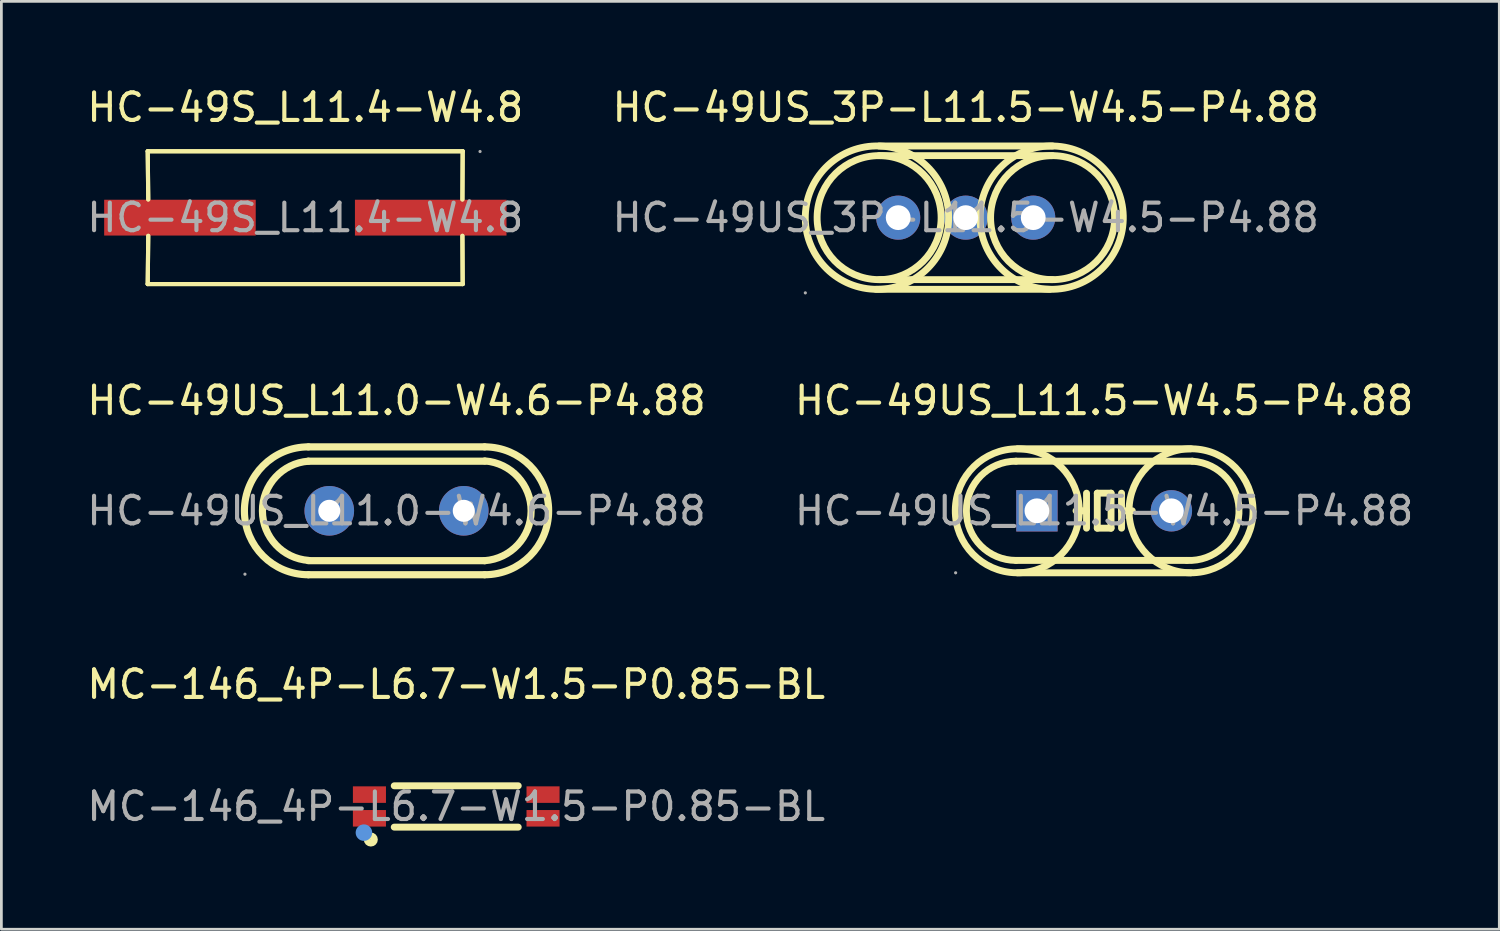
<source format=kicad_pcb>
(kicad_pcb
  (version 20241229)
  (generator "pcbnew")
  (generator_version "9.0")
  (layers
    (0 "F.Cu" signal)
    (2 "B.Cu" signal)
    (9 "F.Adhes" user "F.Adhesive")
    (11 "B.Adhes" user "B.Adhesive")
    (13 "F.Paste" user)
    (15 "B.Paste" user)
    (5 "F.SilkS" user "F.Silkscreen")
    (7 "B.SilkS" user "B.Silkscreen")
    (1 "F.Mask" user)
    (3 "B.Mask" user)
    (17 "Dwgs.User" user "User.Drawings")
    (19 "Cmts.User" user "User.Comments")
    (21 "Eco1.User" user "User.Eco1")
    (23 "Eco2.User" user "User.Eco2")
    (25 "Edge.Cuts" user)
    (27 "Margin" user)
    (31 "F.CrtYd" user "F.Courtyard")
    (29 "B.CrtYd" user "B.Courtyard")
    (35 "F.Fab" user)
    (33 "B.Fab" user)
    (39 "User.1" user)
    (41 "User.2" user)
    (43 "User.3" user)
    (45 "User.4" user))
  (footprint "HC-49US_3P-L11.5-W4.5-P4.88"
    (layer "F.Cu")
    (at 31.994 4.848)
    (property "Reference" "HC-49US_3P-L11.5-W4.5-P4.88" (at 0 -4 0) (layer "F.SilkS") (effects (font (size 1 1) (thickness 0.15))))
    (attr through_hole)
    (fp_line (start 3.05 2.6) (end -3.25 2.6) (stroke (width 0.25) (type solid)) (layer "F.SilkS"))
    (fp_line (start 3.15 -2.6) (end -3.14 -2.6) (stroke (width 0.25) (type solid)) (layer "F.SilkS"))
    (fp_line (start 3.15 -2.25) (end -3.14 -2.25) (stroke (width 0.25) (type solid)) (layer "F.SilkS"))
    (fp_line (start 3.15 2.25) (end -3.14 2.25) (stroke (width 0.25) (type solid)) (layer "F.SilkS"))
    (fp_arc (start -3.179268 2.249657) (mid -3.120365 -2.249914) (end -3.14 2.25) (stroke (width 0.25) (type solid)) (layer "F.SilkS"))
    (fp_arc (start -3.094636 -2.598208) (mid -3.322686 2.599203) (end -3.14 -2.6) (stroke (width 0.25) (type solid)) (layer "F.SilkS"))
    (fp_arc (start 3.014633 2.598557) (mid 3.202687 -2.599378) (end 3.06 2.6) (stroke (width 0.25) (type solid)) (layer "F.SilkS"))
    (fp_arc (start 3.189268 -2.249657) (mid 3.130365 2.249914) (end 3.15 -2.25) (stroke (width 0.25) (type solid)) (layer "F.SilkS"))
    (fp_circle (center -5.82 2.73) (end -5.79 2.73) (stroke (width 0.06) (type solid)) (fill no) (layer "F.Fab"))
    (fp_circle (center -2.45 0) (end -2.27 0) (stroke (width 0.35) (type solid)) (fill no) (layer "F.Fab"))
    (fp_circle (center 0 0) (end 0.18 0) (stroke (width 0.35) (type solid)) (fill no) (layer "F.Fab"))
    (fp_circle (center 2.45 0) (end 2.63 0) (stroke (width 0.35) (type solid)) (fill no) (layer "F.Fab"))
    (fp_text user "${REFERENCE}" (at 0 0 0) (layer "F.Fab") (effects (font (size 1 1) (thickness 0.15))))
    (pad "1" thru_hole circle (at -2.45 0) (size 1.6 1.6) (drill 0.9) (layers "*.Cu" "*.Paste" "*.Mask"))
    (pad "2" thru_hole circle (at 2.45 0) (size 1.6 1.6) (drill 0.9) (layers "*.Cu" "*.Paste" "*.Mask"))
    (pad "3" thru_hole circle (at 0 0) (size 1.6 1.6) (drill 0.9) (layers "*.Cu" "*.Paste" "*.Mask")))
  (footprint "HC-49US_L11.5-W4.5-P4.88"
    (layer "F.Cu")
    (at 37.018 15.486)
    (property "Reference" "HC-49US_L11.5-W4.5-P4.88" (at 0 -4 0) (layer "F.SilkS") (effects (font (size 1 1) (thickness 0.15))))
    (attr through_hole)
    (fp_line (start -3.2 -1.8) (end 3.2 -1.8) (stroke (width 0.25) (type solid)) (layer "F.SilkS"))
    (fp_line (start -3.15 2.25) (end 3.15 2.25) (stroke (width 0.25) (type solid)) (layer "F.SilkS"))
    (fp_line (start -0.64 -0.64) (end -0.64 0) (stroke (width 0.25) (type solid)) (layer "F.SilkS"))
    (fp_line (start -0.64 0) (end -1.02 0) (stroke (width 0.25) (type solid)) (layer "F.SilkS"))
    (fp_line (start -0.64 0) (end -0.64 0.63) (stroke (width 0.25) (type solid)) (layer "F.SilkS"))
    (fp_line (start -0.25 -0.64) (end -0.25 0.63) (stroke (width 0.25) (type solid)) (layer "F.SilkS"))
    (fp_line (start -0.25 0.63) (end 0.25 0.63) (stroke (width 0.25) (type solid)) (layer "F.SilkS"))
    (fp_line (start 0.25 -0.64) (end -0.25 -0.64) (stroke (width 0.25) (type solid)) (layer "F.SilkS"))
    (fp_line (start 0.25 0.63) (end 0.25 -0.64) (stroke (width 0.25) (type solid)) (layer "F.SilkS"))
    (fp_line (start 0.63 -0.64) (end 0.63 0) (stroke (width 0.25) (type solid)) (layer "F.SilkS"))
    (fp_line (start 0.63 0) (end 0.63 0.63) (stroke (width 0.25) (type solid)) (layer "F.SilkS"))
    (fp_line (start 0.63 0) (end 1.02 0) (stroke (width 0.25) (type solid)) (layer "F.SilkS"))
    (fp_line (start 3 1.8) (end -3.2 1.8) (stroke (width 0.25) (type solid)) (layer "F.SilkS"))
    (fp_line (start 3.15 -2.25) (end -3.15 -2.25) (stroke (width 0.25) (type solid)) (layer "F.SilkS"))
    (fp_arc (start -3.2 1.8) (mid -5 0) (end -3.2 -1.8) (stroke (width 0.25) (type solid)) (layer "F.SilkS"))
    (fp_arc (start -3.189268 2.249657) (mid -3.130365 -2.249914) (end -3.15 2.25) (stroke (width 0.25) (type solid)) (layer "F.SilkS"))
    (fp_arc (start 3.189268 -2.249657) (mid 3.130365 2.249914) (end 3.15 -2.25) (stroke (width 0.25) (type solid)) (layer "F.SilkS"))
    (fp_arc (start 3.2 -1.8) (mid 4.9 0.1) (end 3 1.8) (stroke (width 0.25) (type solid)) (layer "F.SilkS"))
    (fp_circle (center -5.39 2.25) (end -5.36 2.25) (stroke (width 0.06) (type solid)) (fill no) (layer "F.Fab"))
    (fp_circle (center -2.44 0) (end -2.33 0) (stroke (width 0.22) (type solid)) (fill no) (layer "F.Fab"))
    (fp_circle (center 2.44 0) (end 2.55 0) (stroke (width 0.22) (type solid)) (fill no) (layer "F.Fab"))
    (fp_text user "${REFERENCE}" (at 0 0 0) (layer "F.Fab") (effects (font (size 1 1) (thickness 0.15))))
    (pad "1" thru_hole rect (at -2.44 0) (size 1.5 1.5) (drill 0.9) (layers "*.Cu" "*.Paste" "*.Mask"))
    (pad "2" thru_hole circle (at 2.44 0) (size 1.5 1.5) (drill 0.9) (layers "*.Cu" "*.Paste" "*.Mask")))
  (footprint "HC-49S_L11.4-W4.8"
    (layer "F.Cu")
    (at 8.03 4.848)
    (property "Reference" "HC-49S_L11.4-W4.8" (at 0 -4 0) (layer "F.SilkS") (effects (font (size 1 1) (thickness 0.15))))
    (attr through_hole)
    (fp_line (start -5.72 -2.41) (end -5.7 -0.66) (stroke (width 0.15) (type solid)) (layer "F.SilkS"))
    (fp_line (start -5.72 -2.41) (end -5.7 -0.66) (stroke (width 0.15) (type solid)) (layer "F.SilkS"))
    (fp_line (start -5.72 2.41) (end 5.71 2.41) (stroke (width 0.15) (type solid)) (layer "F.SilkS"))
    (fp_line (start -5.72 2.41) (end 5.71 2.41) (stroke (width 0.15) (type solid)) (layer "F.SilkS"))
    (fp_line (start -5.7 0.66) (end -5.72 2.41) (stroke (width 0.15) (type solid)) (layer "F.SilkS"))
    (fp_line (start -5.7 0.66) (end -5.72 2.41) (stroke (width 0.15) (type solid)) (layer "F.SilkS"))
    (fp_line (start 5.7 -0.66) (end 5.71 -2.41) (stroke (width 0.15) (type solid)) (layer "F.SilkS"))
    (fp_line (start 5.7 -0.66) (end 5.71 -2.41) (stroke (width 0.15) (type solid)) (layer "F.SilkS"))
    (fp_line (start 5.71 -2.41) (end -5.72 -2.41) (stroke (width 0.15) (type solid)) (layer "F.SilkS"))
    (fp_line (start 5.71 -2.41) (end -5.72 -2.41) (stroke (width 0.15) (type solid)) (layer "F.SilkS"))
    (fp_line (start 5.71 2.41) (end 5.7 0.66) (stroke (width 0.15) (type solid)) (layer "F.SilkS"))
    (fp_line (start 5.71 2.41) (end 5.7 0.66) (stroke (width 0.15) (type solid)) (layer "F.SilkS"))
    (fp_circle (center 6.34 -2.4) (end 6.37 -2.4) (stroke (width 0.06) (type solid)) (fill no) (layer "F.Fab"))
    (fp_text user "${REFERENCE}" (at 0 0 0) (layer "F.Fab") (effects (font (size 1 1) (thickness 0.15))))
    (pad "1" smd rect (at 4.55 0) (size 5.5 1.3) (layers "F.Cu" "F.Mask" "F.Paste"))
    (pad "2" smd rect (at -4.55 0) (size 5.5 1.3) (layers "F.Cu" "F.Mask" "F.Paste")))
  (footprint "MC-146_4P-L6.7-W1.5-P0.85-BL"
    (layer "F.Cu")
    (at 13.506 26.215)
    (property "Reference" "MC-146_4P-L6.7-W1.5-P0.85-BL" (at 0 -4.43 0) (layer "F.SilkS") (effects (font (size 1 1) (thickness 0.15))))
    (attr through_hole)
    (fp_line (start -2.25 -0.75) (end 2.25 -0.75) (stroke (width 0.25) (type solid)) (layer "F.SilkS"))
    (fp_line (start 2.25 0.75) (end -2.25 0.75) (stroke (width 0.25) (type solid)) (layer "F.SilkS"))
    (fp_circle (center -3.1 1.2) (end -2.97 1.2) (stroke (width 0.25) (type solid)) (fill no) (layer "F.SilkS"))
    (fp_circle (center -3.35 0.95) (end -3.2 0.95) (stroke (width 0.3) (type solid)) (fill no) (layer "Cmts.User"))
    (fp_circle (center -3.45 0.75) (end -3.42 0.75) (stroke (width 0.06) (type solid)) (fill no) (layer "F.Fab"))
    (fp_text user "${REFERENCE}" (at 0 0 0) (layer "F.Fab") (effects (font (size 1 1) (thickness 0.15))))
    (pad "1" smd rect (at -3.15 0.43 270) (size 0.6 1.2) (layers "F.Cu" "F.Mask" "F.Paste"))
    (pad "2" smd rect (at 3.15 0.43 90) (size 0.6 1.2) (layers "F.Cu" "F.Mask" "F.Paste"))
    (pad "3" smd rect (at 3.15 -0.43 270) (size 0.6 1.2) (layers "F.Cu" "F.Mask" "F.Paste"))
    (pad "4" smd rect (at -3.15 -0.43 90) (size 0.6 1.2) (layers "F.Cu" "F.Mask" "F.Paste")))
  (footprint "HC-49US_L11.0-W4.6-P4.88"
    (layer "F.Cu")
    (at 11.339 15.486)
    (property "Reference" "HC-49US_L11.0-W4.6-P4.88" (at 0 -4 0) (layer "F.SilkS") (effects (font (size 1 1) (thickness 0.15))))
    (attr through_hole)
    (fp_line (start -3.2 -2.32) (end 3.2 -2.32) (stroke (width 0.26) (type solid)) (layer "F.SilkS"))
    (fp_line (start -3.2 1.81) (end 3.2 1.81) (stroke (width 0.26) (type solid)) (layer "F.SilkS"))
    (fp_line (start 3.2 -1.8) (end -3.2 -1.8) (stroke (width 0.26) (type solid)) (layer "F.SilkS"))
    (fp_line (start 3.2 2.32) (end -3.2 2.32) (stroke (width 0.26) (type solid)) (layer "F.SilkS"))
    (fp_arc (start -3.2 2.32) (mid -5.52 0) (end -3.2 -2.32) (stroke (width 0.26) (type solid)) (layer "F.SilkS"))
    (fp_arc (start -3.188223 1.800877) (mid -4.865426 0.005905) (end -3.2 -1.8) (stroke (width 0.26) (type solid)) (layer "F.SilkS"))
    (fp_arc (start 3.2 -2.32) (mid 5.52 0) (end 3.2 2.32) (stroke (width 0.26) (type solid)) (layer "F.SilkS"))
    (fp_arc (start 3.209595 -1.809285) (mid 4.884656 0.004811) (end 3.2 1.81) (stroke (width 0.26) (type solid)) (layer "F.SilkS"))
    (fp_circle (center -5.5 2.3) (end -5.47 2.3) (stroke (width 0.06) (type solid)) (fill no) (layer "F.Fab"))
    (fp_circle (center -2.44 0) (end -2.33 0) (stroke (width 0.22) (type solid)) (fill no) (layer "F.Fab"))
    (fp_circle (center 2.44 0) (end 2.55 0) (stroke (width 0.22) (type solid)) (fill no) (layer "F.Fab"))
    (fp_text user "${REFERENCE}" (at 0 0 0) (layer "F.Fab") (effects (font (size 1 1) (thickness 0.15))))
    (pad "1" thru_hole circle (at -2.44 0) (size 1.8 1.8) (drill 0.8) (layers "*.Cu" "*.Paste" "*.Mask"))
    (pad "2" thru_hole circle (at 2.44 0) (size 1.8 1.8) (drill 0.8) (layers "*.Cu" "*.Paste" "*.Mask")))
  (gr_rect
    (start -3 -3)
    (end 51.357 30.67)
    (stroke (width 0.1) (type default))
    (fill no)
    (layer "Edge.Cuts")))
</source>
